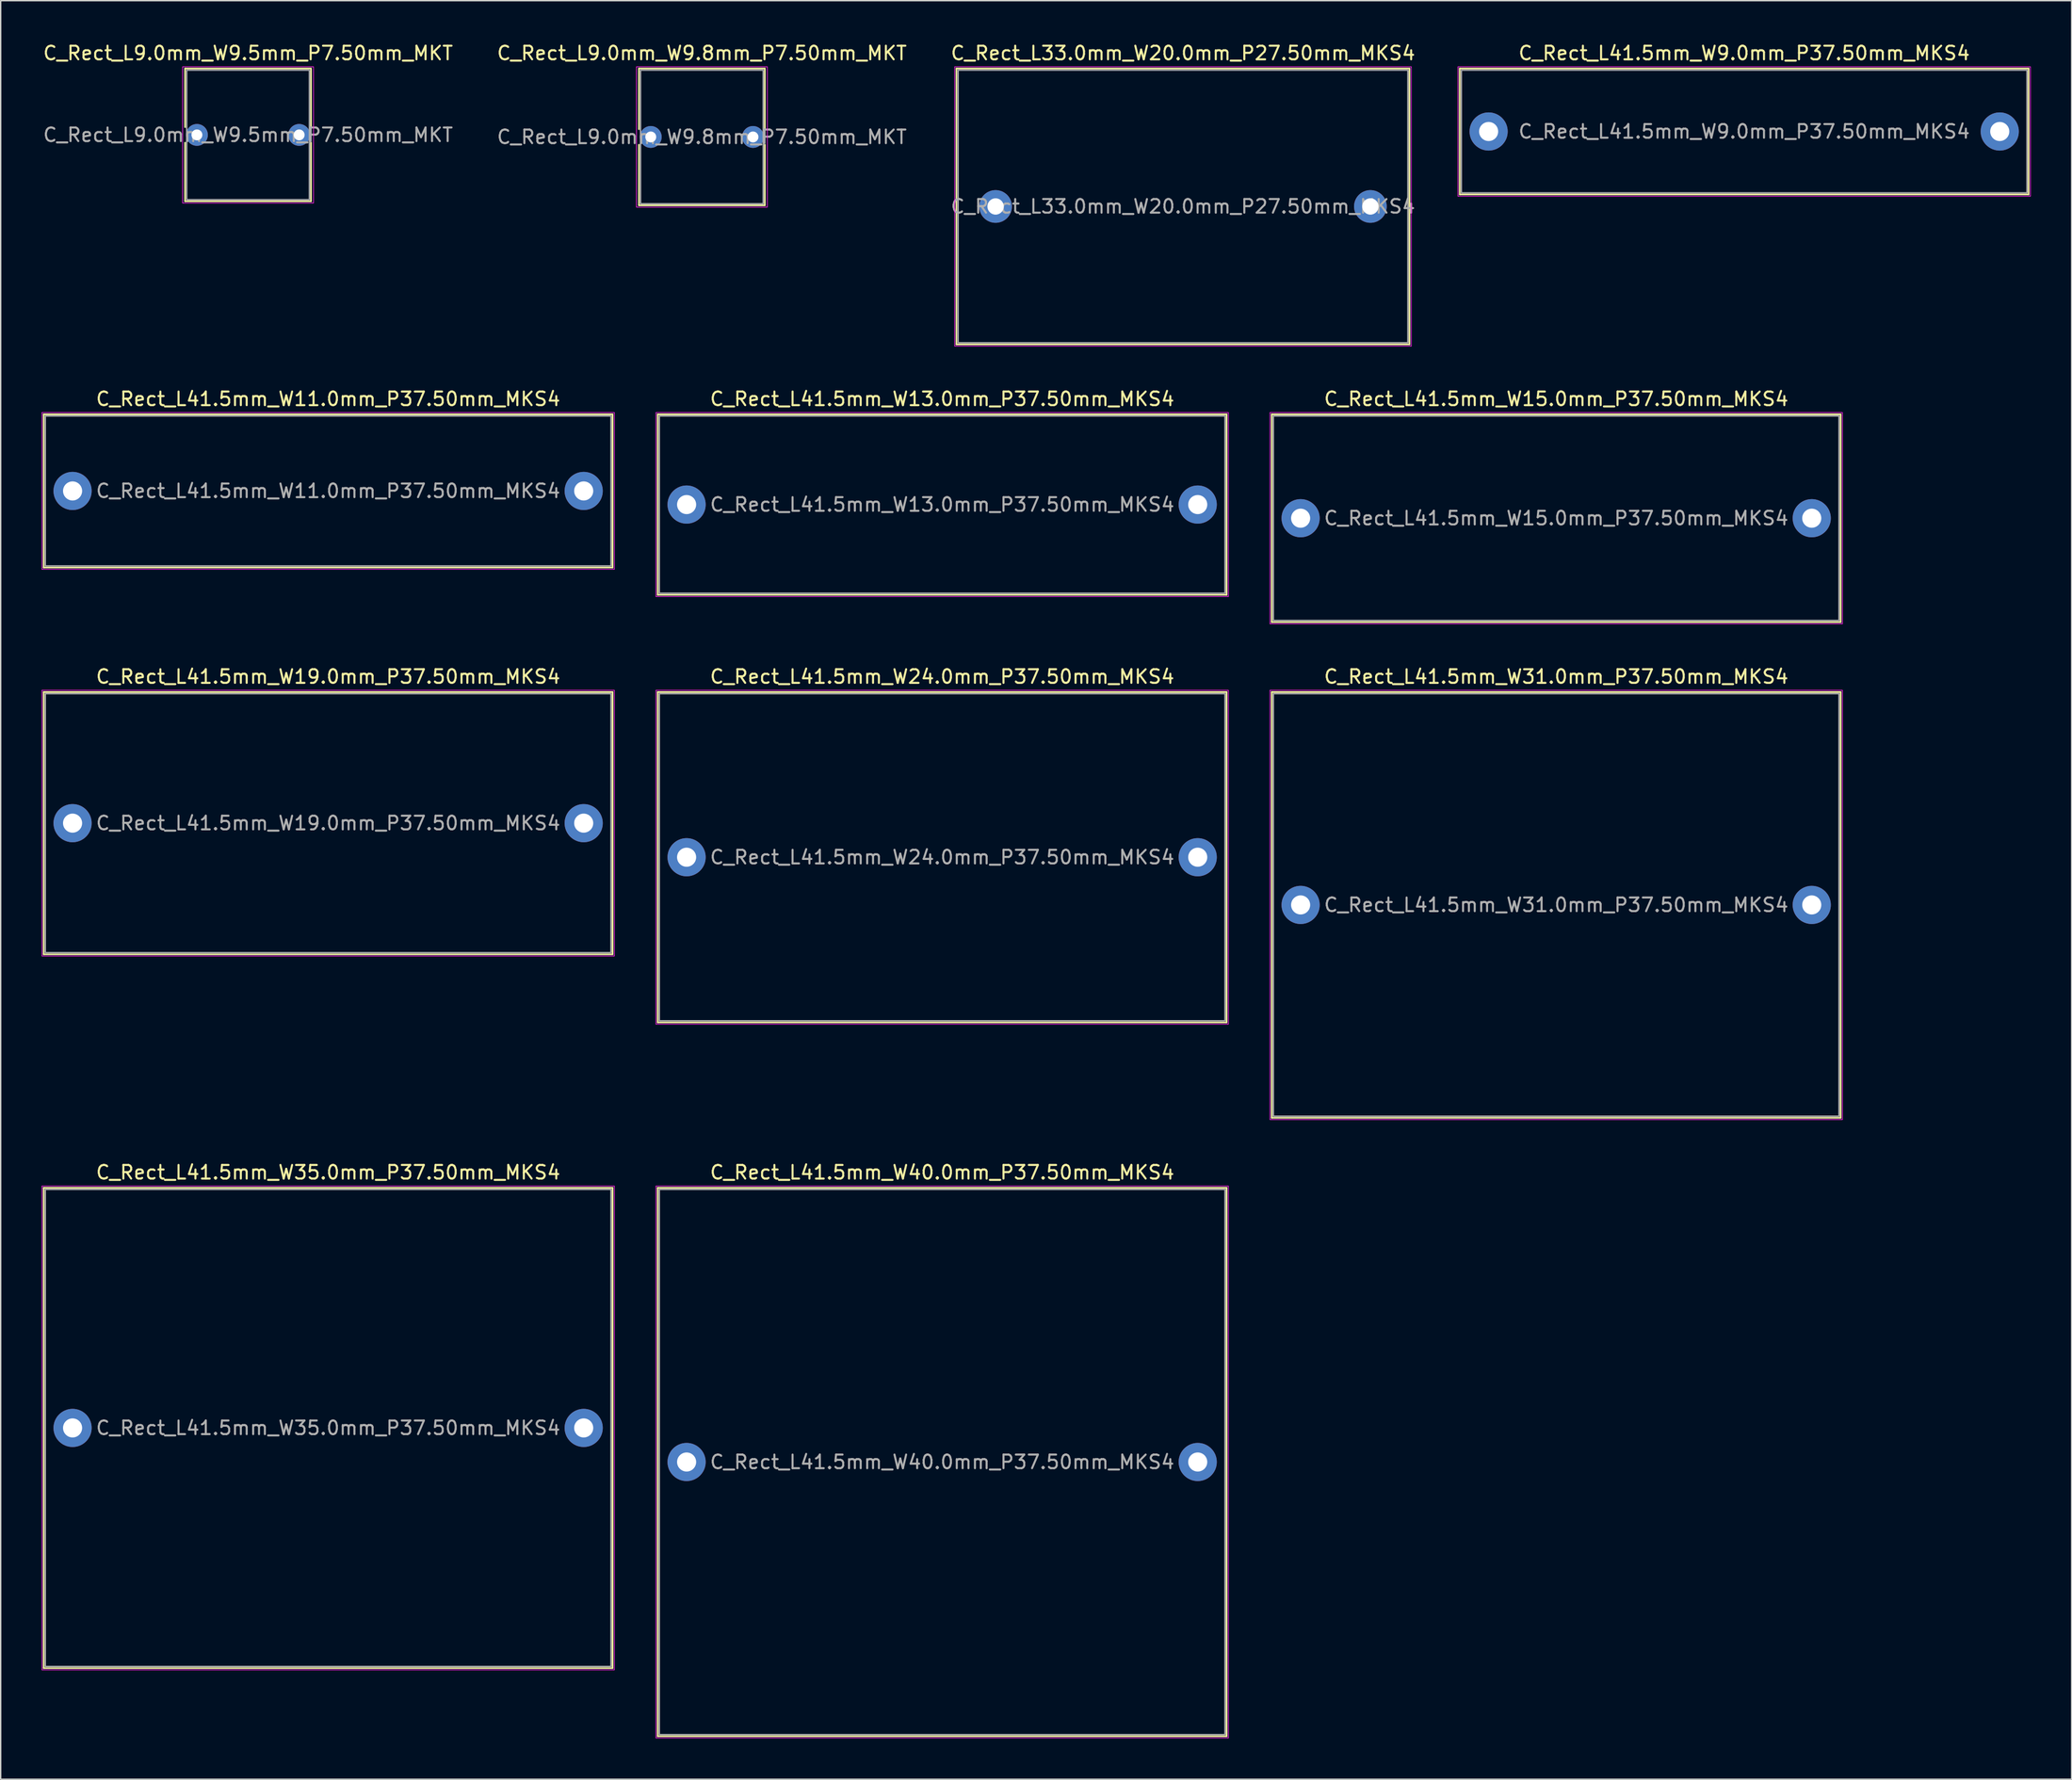
<source format=kicad_pcb>
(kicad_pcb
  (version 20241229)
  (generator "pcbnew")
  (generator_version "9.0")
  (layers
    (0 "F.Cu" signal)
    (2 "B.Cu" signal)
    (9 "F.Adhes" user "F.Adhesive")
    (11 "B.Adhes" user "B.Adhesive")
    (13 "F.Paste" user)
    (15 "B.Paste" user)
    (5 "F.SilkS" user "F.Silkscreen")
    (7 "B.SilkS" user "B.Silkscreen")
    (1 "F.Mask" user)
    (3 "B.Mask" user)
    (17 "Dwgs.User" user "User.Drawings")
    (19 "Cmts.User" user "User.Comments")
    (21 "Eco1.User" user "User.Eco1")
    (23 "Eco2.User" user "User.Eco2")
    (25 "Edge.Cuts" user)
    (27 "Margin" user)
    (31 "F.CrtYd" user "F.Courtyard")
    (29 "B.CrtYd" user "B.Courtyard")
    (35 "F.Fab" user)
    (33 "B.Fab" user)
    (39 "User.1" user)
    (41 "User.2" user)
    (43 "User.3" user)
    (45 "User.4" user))
  (footprint "C_Rect_L41.5mm_W15.0mm_P37.50mm_MKS4"
    (layer "F.Cu")
    (at 92.375 34.971)
    (property "Reference" "C_Rect_L41.5mm_W15.0mm_P37.50mm_MKS4" (at 18.75 -8.75 0) (layer "F.SilkS") (effects (font (size 1 1) (thickness 0.15))))
    (attr through_hole)
    (fp_line (start -2.12 -7.62) (end -2.12 7.62) (stroke (width 0.12) (type solid)) (layer "F.SilkS"))
    (fp_line (start -2.12 -7.62) (end 39.62 -7.62) (stroke (width 0.12) (type solid)) (layer "F.SilkS"))
    (fp_line (start -2.12 7.62) (end 39.62 7.62) (stroke (width 0.12) (type solid)) (layer "F.SilkS"))
    (fp_line (start 39.62 -7.62) (end 39.62 7.62) (stroke (width 0.12) (type solid)) (layer "F.SilkS"))
    (fp_rect (start -2.25 -7.75) (end 39.75 7.75) (stroke (width 0.05) (type solid)) (fill no) (layer "F.CrtYd"))
    (fp_rect (start -2 -7.5) (end 39.5 7.5) (stroke (width 0.1) (type solid)) (fill no) (layer "F.Fab"))
    (fp_text user "${REFERENCE}" (at 18.75 0 0) (layer "F.Fab") (effects (font (size 1 1) (thickness 0.15))))
    (pad "1" thru_hole circle (at 0 0) (size 2.8 2.8) (drill 1.4) (layers "*.Cu" "*.Mask"))
    (pad "2" thru_hole circle (at 37.5 0) (size 2.8 2.8) (drill 1.4) (layers "*.Cu" "*.Mask")))
  (footprint "C_Rect_L41.5mm_W24.0mm_P37.50mm_MKS4"
    (layer "F.Cu")
    (at 47.325 59.845)
    (property "Reference" "C_Rect_L41.5mm_W24.0mm_P37.50mm_MKS4" (at 18.75 -13.25 0) (layer "F.SilkS") (effects (font (size 1 1) (thickness 0.15))))
    (attr through_hole)
    (fp_line (start -2.12 -12.12) (end -2.12 12.12) (stroke (width 0.12) (type solid)) (layer "F.SilkS"))
    (fp_line (start -2.12 -12.12) (end 39.62 -12.12) (stroke (width 0.12) (type solid)) (layer "F.SilkS"))
    (fp_line (start -2.12 12.12) (end 39.62 12.12) (stroke (width 0.12) (type solid)) (layer "F.SilkS"))
    (fp_line (start 39.62 -12.12) (end 39.62 12.12) (stroke (width 0.12) (type solid)) (layer "F.SilkS"))
    (fp_rect (start -2.25 -12.25) (end 39.75 12.25) (stroke (width 0.05) (type solid)) (fill no) (layer "F.CrtYd"))
    (fp_rect (start -2 -12) (end 39.5 12) (stroke (width 0.1) (type solid)) (fill no) (layer "F.Fab"))
    (fp_text user "${REFERENCE}" (at 18.75 0 0) (layer "F.Fab") (effects (font (size 1 1) (thickness 0.15))))
    (pad "1" thru_hole circle (at 0 0) (size 2.8 2.8) (drill 1.4) (layers "*.Cu" "*.Mask"))
    (pad "2" thru_hole circle (at 37.5 0) (size 2.8 2.8) (drill 1.4) (layers "*.Cu" "*.Mask")))
  (footprint "C_Rect_L41.5mm_W9.0mm_P37.50mm_MKS4"
    (layer "F.Cu")
    (at 106.168 6.598)
    (property "Reference" "C_Rect_L41.5mm_W9.0mm_P37.50mm_MKS4" (at 18.75 -5.75 0) (layer "F.SilkS") (effects (font (size 1 1) (thickness 0.15))))
    (attr through_hole)
    (fp_line (start -2.12 -4.62) (end -2.12 4.62) (stroke (width 0.12) (type solid)) (layer "F.SilkS"))
    (fp_line (start -2.12 -4.62) (end 39.62 -4.62) (stroke (width 0.12) (type solid)) (layer "F.SilkS"))
    (fp_line (start -2.12 4.62) (end 39.62 4.62) (stroke (width 0.12) (type solid)) (layer "F.SilkS"))
    (fp_line (start 39.62 -4.62) (end 39.62 4.62) (stroke (width 0.12) (type solid)) (layer "F.SilkS"))
    (fp_rect (start -2.25 -4.75) (end 39.75 4.75) (stroke (width 0.05) (type solid)) (fill no) (layer "F.CrtYd"))
    (fp_rect (start -2 -4.5) (end 39.5 4.5) (stroke (width 0.1) (type solid)) (fill no) (layer "F.Fab"))
    (fp_text user "${REFERENCE}" (at 18.75 0 0) (layer "F.Fab") (effects (font (size 1 1) (thickness 0.15))))
    (pad "1" thru_hole circle (at 0 0) (size 2.8 2.8) (drill 1.4) (layers "*.Cu" "*.Mask"))
    (pad "2" thru_hole circle (at 37.5 0) (size 2.8 2.8) (drill 1.4) (layers "*.Cu" "*.Mask")))
  (footprint "C_Rect_L9.0mm_W9.5mm_P7.50mm_MKT"
    (layer "F.Cu")
    (at 11.399 6.848)
    (property "Reference" "C_Rect_L9.0mm_W9.5mm_P7.50mm_MKT" (at 3.75 -6 0) (layer "F.SilkS") (effects (font (size 1 1) (thickness 0.15))))
    (attr through_hole)
    (fp_line (start -0.87 -4.87) (end -0.87 -0.57) (stroke (width 0.12) (type solid)) (layer "F.SilkS"))
    (fp_line (start -0.87 -4.87) (end 8.37 -4.87) (stroke (width 0.12) (type solid)) (layer "F.SilkS"))
    (fp_line (start -0.87 0.57) (end -0.87 4.87) (stroke (width 0.12) (type solid)) (layer "F.SilkS"))
    (fp_line (start -0.87 4.87) (end 8.37 4.87) (stroke (width 0.12) (type solid)) (layer "F.SilkS"))
    (fp_line (start 8.37 -4.87) (end 8.37 -0.57) (stroke (width 0.12) (type solid)) (layer "F.SilkS"))
    (fp_line (start 8.37 0.57) (end 8.37 4.87) (stroke (width 0.12) (type solid)) (layer "F.SilkS"))
    (fp_rect (start -1.05 -5) (end 8.55 5) (stroke (width 0.05) (type solid)) (fill no) (layer "F.CrtYd"))
    (fp_rect (start -0.75 -4.75) (end 8.25 4.75) (stroke (width 0.1) (type solid)) (fill no) (layer "F.Fab"))
    (fp_text user "${REFERENCE}" (at 3.75 0 0) (layer "F.Fab") (effects (font (size 1 1) (thickness 0.15))))
    (pad "1" thru_hole circle (at 0 0) (size 1.6 1.6) (drill 0.8) (layers "*.Cu" "*.Mask"))
    (pad "2" thru_hole circle (at 7.5 0) (size 1.6 1.6) (drill 0.8) (layers "*.Cu" "*.Mask")))
  (footprint "C_Rect_L33.0mm_W20.0mm_P27.50mm_MKS4"
    (layer "F.Cu")
    (at 69.994 12.098)
    (property "Reference" "C_Rect_L33.0mm_W20.0mm_P27.50mm_MKS4" (at 13.75 -11.25 0) (layer "F.SilkS") (effects (font (size 1 1) (thickness 0.15))))
    (attr through_hole)
    (fp_line (start -2.87 -10.12) (end -2.87 10.12) (stroke (width 0.12) (type solid)) (layer "F.SilkS"))
    (fp_line (start -2.87 -10.12) (end 30.37 -10.12) (stroke (width 0.12) (type solid)) (layer "F.SilkS"))
    (fp_line (start -2.87 10.12) (end 30.37 10.12) (stroke (width 0.12) (type solid)) (layer "F.SilkS"))
    (fp_line (start 30.37 -10.12) (end 30.37 10.12) (stroke (width 0.12) (type solid)) (layer "F.SilkS"))
    (fp_rect (start -3 -10.25) (end 30.5 10.25) (stroke (width 0.05) (type solid)) (fill no) (layer "F.CrtYd"))
    (fp_rect (start -2.75 -10) (end 30.25 10) (stroke (width 0.1) (type solid)) (fill no) (layer "F.Fab"))
    (fp_text user "${REFERENCE}" (at 13.75 0 0) (layer "F.Fab") (effects (font (size 1 1) (thickness 0.15))))
    (pad "1" thru_hole circle (at 0 0) (size 2.4 2.4) (drill 1.2) (layers "*.Cu" "*.Mask"))
    (pad "2" thru_hole circle (at 27.5 0) (size 2.4 2.4) (drill 1.2) (layers "*.Cu" "*.Mask")))
  (footprint "C_Rect_L41.5mm_W31.0mm_P37.50mm_MKS4"
    (layer "F.Cu")
    (at 92.375 63.345)
    (property "Reference" "C_Rect_L41.5mm_W31.0mm_P37.50mm_MKS4" (at 18.75 -16.75 0) (layer "F.SilkS") (effects (font (size 1 1) (thickness 0.15))))
    (attr through_hole)
    (fp_line (start -2.12 -15.62) (end -2.12 15.62) (stroke (width 0.12) (type solid)) (layer "F.SilkS"))
    (fp_line (start -2.12 -15.62) (end 39.62 -15.62) (stroke (width 0.12) (type solid)) (layer "F.SilkS"))
    (fp_line (start -2.12 15.62) (end 39.62 15.62) (stroke (width 0.12) (type solid)) (layer "F.SilkS"))
    (fp_line (start 39.62 -15.62) (end 39.62 15.62) (stroke (width 0.12) (type solid)) (layer "F.SilkS"))
    (fp_rect (start -2.25 -15.75) (end 39.75 15.75) (stroke (width 0.05) (type solid)) (fill no) (layer "F.CrtYd"))
    (fp_rect (start -2 -15.5) (end 39.5 15.5) (stroke (width 0.1) (type solid)) (fill no) (layer "F.Fab"))
    (fp_text user "${REFERENCE}" (at 18.75 0 0) (layer "F.Fab") (effects (font (size 1 1) (thickness 0.15))))
    (pad "1" thru_hole circle (at 0 0) (size 2.8 2.8) (drill 1.4) (layers "*.Cu" "*.Mask"))
    (pad "2" thru_hole circle (at 37.5 0) (size 2.8 2.8) (drill 1.4) (layers "*.Cu" "*.Mask")))
  (footprint "C_Rect_L41.5mm_W19.0mm_P37.50mm_MKS4"
    (layer "F.Cu")
    (at 2.275 57.345)
    (property "Reference" "C_Rect_L41.5mm_W19.0mm_P37.50mm_MKS4" (at 18.75 -10.75 0) (layer "F.SilkS") (effects (font (size 1 1) (thickness 0.15))))
    (attr through_hole)
    (fp_line (start -2.12 -9.62) (end -2.12 9.62) (stroke (width 0.12) (type solid)) (layer "F.SilkS"))
    (fp_line (start -2.12 -9.62) (end 39.62 -9.62) (stroke (width 0.12) (type solid)) (layer "F.SilkS"))
    (fp_line (start -2.12 9.62) (end 39.62 9.62) (stroke (width 0.12) (type solid)) (layer "F.SilkS"))
    (fp_line (start 39.62 -9.62) (end 39.62 9.62) (stroke (width 0.12) (type solid)) (layer "F.SilkS"))
    (fp_rect (start -2.25 -9.75) (end 39.75 9.75) (stroke (width 0.05) (type solid)) (fill no) (layer "F.CrtYd"))
    (fp_rect (start -2 -9.5) (end 39.5 9.5) (stroke (width 0.1) (type solid)) (fill no) (layer "F.Fab"))
    (fp_text user "${REFERENCE}" (at 18.75 0 0) (layer "F.Fab") (effects (font (size 1 1) (thickness 0.15))))
    (pad "1" thru_hole circle (at 0 0) (size 2.8 2.8) (drill 1.4) (layers "*.Cu" "*.Mask"))
    (pad "2" thru_hole circle (at 37.5 0) (size 2.8 2.8) (drill 1.4) (layers "*.Cu" "*.Mask")))
  (footprint "C_Rect_L9.0mm_W9.8mm_P7.50mm_MKT"
    (layer "F.Cu")
    (at 44.696 6.998)
    (property "Reference" "C_Rect_L9.0mm_W9.8mm_P7.50mm_MKT" (at 3.75 -6.15 0) (layer "F.SilkS") (effects (font (size 1 1) (thickness 0.15))))
    (attr through_hole)
    (fp_line (start -0.87 -5.02) (end -0.87 -0.57) (stroke (width 0.12) (type solid)) (layer "F.SilkS"))
    (fp_line (start -0.87 -5.02) (end 8.37 -5.02) (stroke (width 0.12) (type solid)) (layer "F.SilkS"))
    (fp_line (start -0.87 0.57) (end -0.87 5.02) (stroke (width 0.12) (type solid)) (layer "F.SilkS"))
    (fp_line (start -0.87 5.02) (end 8.37 5.02) (stroke (width 0.12) (type solid)) (layer "F.SilkS"))
    (fp_line (start 8.37 -5.02) (end 8.37 -0.57) (stroke (width 0.12) (type solid)) (layer "F.SilkS"))
    (fp_line (start 8.37 0.57) (end 8.37 5.02) (stroke (width 0.12) (type solid)) (layer "F.SilkS"))
    (fp_rect (start -1.05 -5.15) (end 8.55 5.15) (stroke (width 0.05) (type solid)) (fill no) (layer "F.CrtYd"))
    (fp_rect (start -0.75 -4.9) (end 8.25 4.9) (stroke (width 0.1) (type solid)) (fill no) (layer "F.Fab"))
    (fp_text user "${REFERENCE}" (at 3.75 0 0) (layer "F.Fab") (effects (font (size 1 1) (thickness 0.15))))
    (pad "1" thru_hole circle (at 0 0) (size 1.6 1.6) (drill 0.8) (layers "*.Cu" "*.Mask"))
    (pad "2" thru_hole circle (at 7.5 0) (size 1.6 1.6) (drill 0.8) (layers "*.Cu" "*.Mask")))
  (footprint "C_Rect_L41.5mm_W40.0mm_P37.50mm_MKS4"
    (layer "F.Cu")
    (at 47.325 104.218)
    (property "Reference" "C_Rect_L41.5mm_W40.0mm_P37.50mm_MKS4" (at 18.75 -21.25 0) (layer "F.SilkS") (effects (font (size 1 1) (thickness 0.15))))
    (attr through_hole)
    (fp_line (start -2.12 -20.12) (end -2.12 20.12) (stroke (width 0.12) (type solid)) (layer "F.SilkS"))
    (fp_line (start -2.12 -20.12) (end 39.62 -20.12) (stroke (width 0.12) (type solid)) (layer "F.SilkS"))
    (fp_line (start -2.12 20.12) (end 39.62 20.12) (stroke (width 0.12) (type solid)) (layer "F.SilkS"))
    (fp_line (start 39.62 -20.12) (end 39.62 20.12) (stroke (width 0.12) (type solid)) (layer "F.SilkS"))
    (fp_rect (start -2.25 -20.25) (end 39.75 20.25) (stroke (width 0.05) (type solid)) (fill no) (layer "F.CrtYd"))
    (fp_rect (start -2 -20) (end 39.5 20) (stroke (width 0.1) (type solid)) (fill no) (layer "F.Fab"))
    (fp_text user "${REFERENCE}" (at 18.75 0 0) (layer "F.Fab") (effects (font (size 1 1) (thickness 0.15))))
    (pad "1" thru_hole circle (at 0 0) (size 2.8 2.8) (drill 1.4) (layers "*.Cu" "*.Mask"))
    (pad "2" thru_hole circle (at 37.5 0) (size 2.8 2.8) (drill 1.4) (layers "*.Cu" "*.Mask")))
  (footprint "C_Rect_L41.5mm_W13.0mm_P37.50mm_MKS4"
    (layer "F.Cu")
    (at 47.325 33.971)
    (property "Reference" "C_Rect_L41.5mm_W13.0mm_P37.50mm_MKS4" (at 18.75 -7.75 0) (layer "F.SilkS") (effects (font (size 1 1) (thickness 0.15))))
    (attr through_hole)
    (fp_line (start -2.12 -6.62) (end -2.12 6.62) (stroke (width 0.12) (type solid)) (layer "F.SilkS"))
    (fp_line (start -2.12 -6.62) (end 39.62 -6.62) (stroke (width 0.12) (type solid)) (layer "F.SilkS"))
    (fp_line (start -2.12 6.62) (end 39.62 6.62) (stroke (width 0.12) (type solid)) (layer "F.SilkS"))
    (fp_line (start 39.62 -6.62) (end 39.62 6.62) (stroke (width 0.12) (type solid)) (layer "F.SilkS"))
    (fp_rect (start -2.25 -6.75) (end 39.75 6.75) (stroke (width 0.05) (type solid)) (fill no) (layer "F.CrtYd"))
    (fp_rect (start -2 -6.5) (end 39.5 6.5) (stroke (width 0.1) (type solid)) (fill no) (layer "F.Fab"))
    (fp_text user "${REFERENCE}" (at 18.75 0 0) (layer "F.Fab") (effects (font (size 1 1) (thickness 0.15))))
    (pad "1" thru_hole circle (at 0 0) (size 2.8 2.8) (drill 1.4) (layers "*.Cu" "*.Mask"))
    (pad "2" thru_hole circle (at 37.5 0) (size 2.8 2.8) (drill 1.4) (layers "*.Cu" "*.Mask")))
  (footprint "C_Rect_L41.5mm_W35.0mm_P37.50mm_MKS4"
    (layer "F.Cu")
    (at 2.275 101.718)
    (property "Reference" "C_Rect_L41.5mm_W35.0mm_P37.50mm_MKS4" (at 18.75 -18.75 0) (layer "F.SilkS") (effects (font (size 1 1) (thickness 0.15))))
    (attr through_hole)
    (fp_line (start -2.12 -17.62) (end -2.12 17.62) (stroke (width 0.12) (type solid)) (layer "F.SilkS"))
    (fp_line (start -2.12 -17.62) (end 39.62 -17.62) (stroke (width 0.12) (type solid)) (layer "F.SilkS"))
    (fp_line (start -2.12 17.62) (end 39.62 17.62) (stroke (width 0.12) (type solid)) (layer "F.SilkS"))
    (fp_line (start 39.62 -17.62) (end 39.62 17.62) (stroke (width 0.12) (type solid)) (layer "F.SilkS"))
    (fp_rect (start -2.25 -17.75) (end 39.75 17.75) (stroke (width 0.05) (type solid)) (fill no) (layer "F.CrtYd"))
    (fp_rect (start -2 -17.5) (end 39.5 17.5) (stroke (width 0.1) (type solid)) (fill no) (layer "F.Fab"))
    (fp_text user "${REFERENCE}" (at 18.75 0 0) (layer "F.Fab") (effects (font (size 1 1) (thickness 0.15))))
    (pad "1" thru_hole circle (at 0 0) (size 2.8 2.8) (drill 1.4) (layers "*.Cu" "*.Mask"))
    (pad "2" thru_hole circle (at 37.5 0) (size 2.8 2.8) (drill 1.4) (layers "*.Cu" "*.Mask")))
  (footprint "C_Rect_L41.5mm_W11.0mm_P37.50mm_MKS4"
    (layer "F.Cu")
    (at 2.275 32.971)
    (property "Reference" "C_Rect_L41.5mm_W11.0mm_P37.50mm_MKS4" (at 18.75 -6.75 0) (layer "F.SilkS") (effects (font (size 1 1) (thickness 0.15))))
    (attr through_hole)
    (fp_line (start -2.12 -5.62) (end -2.12 5.62) (stroke (width 0.12) (type solid)) (layer "F.SilkS"))
    (fp_line (start -2.12 -5.62) (end 39.62 -5.62) (stroke (width 0.12) (type solid)) (layer "F.SilkS"))
    (fp_line (start -2.12 5.62) (end 39.62 5.62) (stroke (width 0.12) (type solid)) (layer "F.SilkS"))
    (fp_line (start 39.62 -5.62) (end 39.62 5.62) (stroke (width 0.12) (type solid)) (layer "F.SilkS"))
    (fp_rect (start -2.25 -5.75) (end 39.75 5.75) (stroke (width 0.05) (type solid)) (fill no) (layer "F.CrtYd"))
    (fp_rect (start -2 -5.5) (end 39.5 5.5) (stroke (width 0.1) (type solid)) (fill no) (layer "F.Fab"))
    (fp_text user "${REFERENCE}" (at 18.75 0 0) (layer "F.Fab") (effects (font (size 1 1) (thickness 0.15))))
    (pad "1" thru_hole circle (at 0 0) (size 2.8 2.8) (drill 1.4) (layers "*.Cu" "*.Mask"))
    (pad "2" thru_hole circle (at 37.5 0) (size 2.8 2.8) (drill 1.4) (layers "*.Cu" "*.Mask")))
  (gr_rect
    (start -3 -3)
    (end 148.943 127.493)
    (stroke (width 0.1) (type default))
    (fill no)
    (layer "Edge.Cuts")))
</source>
